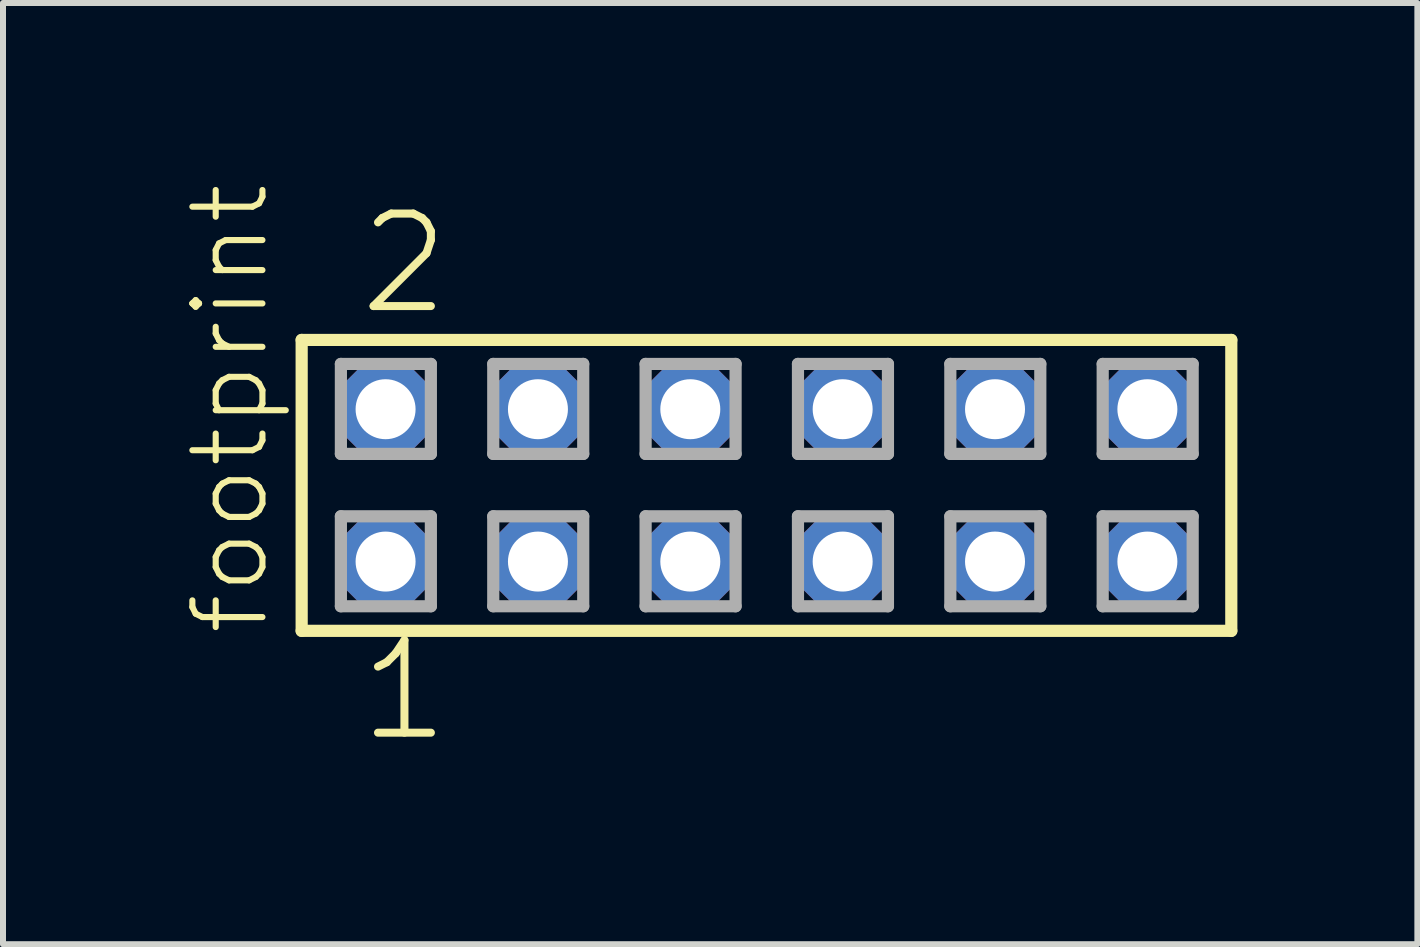
<source format=kicad_pcb>
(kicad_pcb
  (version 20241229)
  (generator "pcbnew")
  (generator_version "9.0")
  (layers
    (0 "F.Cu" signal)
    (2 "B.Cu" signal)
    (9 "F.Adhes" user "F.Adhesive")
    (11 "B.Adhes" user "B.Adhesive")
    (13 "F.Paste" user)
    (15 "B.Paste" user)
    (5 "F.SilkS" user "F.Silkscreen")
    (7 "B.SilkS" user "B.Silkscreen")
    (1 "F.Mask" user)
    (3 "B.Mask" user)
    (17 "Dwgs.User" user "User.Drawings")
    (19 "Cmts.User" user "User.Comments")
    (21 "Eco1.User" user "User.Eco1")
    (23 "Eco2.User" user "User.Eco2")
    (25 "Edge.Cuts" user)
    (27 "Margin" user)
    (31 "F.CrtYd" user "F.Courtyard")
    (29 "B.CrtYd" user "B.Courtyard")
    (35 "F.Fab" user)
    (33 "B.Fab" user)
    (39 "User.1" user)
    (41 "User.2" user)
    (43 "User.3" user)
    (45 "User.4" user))
  (footprint "footprint"
    (layer "F.Cu")
    (at 9.728 5.042)
    (property "Reference" "footprint" (at -8.255 2.54 90) (layer "F.SilkS") (effects (font (size 1.168 1.168) (thickness 0.102)) (justify left bottom)))
    (fp_line (start -7.749 -2.425) (end 7.749 -2.425) (stroke (width 0.203) (type solid)) (layer "F.SilkS"))
    (fp_line (start -7.749 2.425) (end -7.749 -2.425) (stroke (width 0.203) (type solid)) (layer "F.SilkS"))
    (fp_line (start 7.749 -2.425) (end 7.749 2.425) (stroke (width 0.203) (type solid)) (layer "F.SilkS"))
    (fp_line (start 7.749 2.425) (end -7.749 2.425) (stroke (width 0.203) (type solid)) (layer "F.SilkS"))
    (fp_line (start -7.095 -2.025) (end -5.595 -2.025) (stroke (width 0.203) (type solid)) (layer "F.Fab"))
    (fp_line (start -7.095 -0.525) (end -7.095 -2.025) (stroke (width 0.203) (type solid)) (layer "F.Fab"))
    (fp_line (start -7.095 0.515) (end -5.595 0.515) (stroke (width 0.203) (type solid)) (layer "F.Fab"))
    (fp_line (start -7.095 2.015) (end -7.095 0.515) (stroke (width 0.203) (type solid)) (layer "F.Fab"))
    (fp_line (start -5.595 -2.025) (end -5.595 -0.525) (stroke (width 0.203) (type solid)) (layer "F.Fab"))
    (fp_line (start -5.595 -0.525) (end -7.095 -0.525) (stroke (width 0.203) (type solid)) (layer "F.Fab"))
    (fp_line (start -5.595 0.515) (end -5.595 2.015) (stroke (width 0.203) (type solid)) (layer "F.Fab"))
    (fp_line (start -5.595 2.015) (end -7.095 2.015) (stroke (width 0.203) (type solid)) (layer "F.Fab"))
    (fp_line (start -4.555 -2.025) (end -3.055 -2.025) (stroke (width 0.203) (type solid)) (layer "F.Fab"))
    (fp_line (start -4.555 -0.525) (end -4.555 -2.025) (stroke (width 0.203) (type solid)) (layer "F.Fab"))
    (fp_line (start -4.555 0.515) (end -3.055 0.515) (stroke (width 0.203) (type solid)) (layer "F.Fab"))
    (fp_line (start -4.555 2.015) (end -4.555 0.515) (stroke (width 0.203) (type solid)) (layer "F.Fab"))
    (fp_line (start -3.055 -2.025) (end -3.055 -0.525) (stroke (width 0.203) (type solid)) (layer "F.Fab"))
    (fp_line (start -3.055 -0.525) (end -4.555 -0.525) (stroke (width 0.203) (type solid)) (layer "F.Fab"))
    (fp_line (start -3.055 0.515) (end -3.055 2.015) (stroke (width 0.203) (type solid)) (layer "F.Fab"))
    (fp_line (start -3.055 2.015) (end -4.555 2.015) (stroke (width 0.203) (type solid)) (layer "F.Fab"))
    (fp_line (start -2.015 -2.025) (end -0.515 -2.025) (stroke (width 0.203) (type solid)) (layer "F.Fab"))
    (fp_line (start -2.015 -0.525) (end -2.015 -2.025) (stroke (width 0.203) (type solid)) (layer "F.Fab"))
    (fp_line (start -2.015 0.515) (end -0.515 0.515) (stroke (width 0.203) (type solid)) (layer "F.Fab"))
    (fp_line (start -2.015 2.015) (end -2.015 0.515) (stroke (width 0.203) (type solid)) (layer "F.Fab"))
    (fp_line (start -0.515 -2.025) (end -0.515 -0.525) (stroke (width 0.203) (type solid)) (layer "F.Fab"))
    (fp_line (start -0.515 -0.525) (end -2.015 -0.525) (stroke (width 0.203) (type solid)) (layer "F.Fab"))
    (fp_line (start -0.515 0.515) (end -0.515 2.015) (stroke (width 0.203) (type solid)) (layer "F.Fab"))
    (fp_line (start -0.515 2.015) (end -2.015 2.015) (stroke (width 0.203) (type solid)) (layer "F.Fab"))
    (fp_line (start 0.525 -2.025) (end 2.025 -2.025) (stroke (width 0.203) (type solid)) (layer "F.Fab"))
    (fp_line (start 0.525 -0.525) (end 0.525 -2.025) (stroke (width 0.203) (type solid)) (layer "F.Fab"))
    (fp_line (start 0.525 0.515) (end 2.025 0.515) (stroke (width 0.203) (type solid)) (layer "F.Fab"))
    (fp_line (start 0.525 2.015) (end 0.525 0.515) (stroke (width 0.203) (type solid)) (layer "F.Fab"))
    (fp_line (start 2.025 -2.025) (end 2.025 -0.525) (stroke (width 0.203) (type solid)) (layer "F.Fab"))
    (fp_line (start 2.025 -0.525) (end 0.525 -0.525) (stroke (width 0.203) (type solid)) (layer "F.Fab"))
    (fp_line (start 2.025 0.515) (end 2.025 2.015) (stroke (width 0.203) (type solid)) (layer "F.Fab"))
    (fp_line (start 2.025 2.015) (end 0.525 2.015) (stroke (width 0.203) (type solid)) (layer "F.Fab"))
    (fp_line (start 3.065 -2.025) (end 4.565 -2.025) (stroke (width 0.203) (type solid)) (layer "F.Fab"))
    (fp_line (start 3.065 -0.525) (end 3.065 -2.025) (stroke (width 0.203) (type solid)) (layer "F.Fab"))
    (fp_line (start 3.065 0.515) (end 4.565 0.515) (stroke (width 0.203) (type solid)) (layer "F.Fab"))
    (fp_line (start 3.065 2.015) (end 3.065 0.515) (stroke (width 0.203) (type solid)) (layer "F.Fab"))
    (fp_line (start 4.565 -2.025) (end 4.565 -0.525) (stroke (width 0.203) (type solid)) (layer "F.Fab"))
    (fp_line (start 4.565 -0.525) (end 3.065 -0.525) (stroke (width 0.203) (type solid)) (layer "F.Fab"))
    (fp_line (start 4.565 0.515) (end 4.565 2.015) (stroke (width 0.203) (type solid)) (layer "F.Fab"))
    (fp_line (start 4.565 2.015) (end 3.065 2.015) (stroke (width 0.203) (type solid)) (layer "F.Fab"))
    (fp_line (start 5.605 -2.025) (end 7.105 -2.025) (stroke (width 0.203) (type solid)) (layer "F.Fab"))
    (fp_line (start 5.605 -0.525) (end 5.605 -2.025) (stroke (width 0.203) (type solid)) (layer "F.Fab"))
    (fp_line (start 5.605 0.515) (end 7.105 0.515) (stroke (width 0.203) (type solid)) (layer "F.Fab"))
    (fp_line (start 5.605 2.015) (end 5.605 0.515) (stroke (width 0.203) (type solid)) (layer "F.Fab"))
    (fp_line (start 7.105 -2.025) (end 7.105 -0.525) (stroke (width 0.203) (type solid)) (layer "F.Fab"))
    (fp_line (start 7.105 -0.525) (end 5.605 -0.525) (stroke (width 0.203) (type solid)) (layer "F.Fab"))
    (fp_line (start 7.105 0.515) (end 7.105 2.015) (stroke (width 0.203) (type solid)) (layer "F.Fab"))
    (fp_line (start 7.105 2.015) (end 5.605 2.015) (stroke (width 0.203) (type solid)) (layer "F.Fab"))
    (fp_text user "1" (at -6.858 4.318 0) (layer "F.SilkS") (effects (font (size 1.542 1.542) (thickness 0.134)) (justify left bottom)))
    (fp_text user "2" (at -6.858 -2.794 0) (layer "F.SilkS") (effects (font (size 1.542 1.542) (thickness 0.134)) (justify left bottom)))
    (pad "1" thru_hole roundrect (at -6.35 1.27) (size 1.5 1.5) (drill 1) (layers "*.Cu" "*.Mask") (roundrect_rratio 0.25) (chamfer_ratio 0.25) (chamfer top_left top_right bottom_left bottom_right))
    (pad "2" thru_hole roundrect (at -6.35 -1.27) (size 1.5 1.5) (drill 1) (layers "*.Cu" "*.Mask") (roundrect_rratio 0.25) (chamfer_ratio 0.25) (chamfer top_left top_right bottom_left bottom_right))
    (pad "3" thru_hole roundrect (at -3.81 1.27) (size 1.5 1.5) (drill 1) (layers "*.Cu" "*.Mask") (roundrect_rratio 0.25) (chamfer_ratio 0.25) (chamfer top_left top_right bottom_left bottom_right))
    (pad "4" thru_hole roundrect (at -3.81 -1.27) (size 1.5 1.5) (drill 1) (layers "*.Cu" "*.Mask") (roundrect_rratio 0.25) (chamfer_ratio 0.25) (chamfer top_left top_right bottom_left bottom_right))
    (pad "5" thru_hole roundrect (at -1.27 1.27) (size 1.5 1.5) (drill 1) (layers "*.Cu" "*.Mask") (roundrect_rratio 0.25) (chamfer_ratio 0.25) (chamfer top_left top_right bottom_left bottom_right))
    (pad "6" thru_hole roundrect (at -1.27 -1.27) (size 1.5 1.5) (drill 1) (layers "*.Cu" "*.Mask") (roundrect_rratio 0.25) (chamfer_ratio 0.25) (chamfer top_left top_right bottom_left bottom_right))
    (pad "7" thru_hole roundrect (at 1.27 1.27) (size 1.5 1.5) (drill 1) (layers "*.Cu" "*.Mask") (roundrect_rratio 0.25) (chamfer_ratio 0.25) (chamfer top_left top_right bottom_left bottom_right))
    (pad "8" thru_hole roundrect (at 1.27 -1.27) (size 1.5 1.5) (drill 1) (layers "*.Cu" "*.Mask") (roundrect_rratio 0.25) (chamfer_ratio 0.25) (chamfer top_left top_right bottom_left bottom_right))
    (pad "9" thru_hole roundrect (at 3.81 1.27) (size 1.5 1.5) (drill 1) (layers "*.Cu" "*.Mask") (roundrect_rratio 0.25) (chamfer_ratio 0.25) (chamfer top_left top_right bottom_left bottom_right))
    (pad "10" thru_hole roundrect (at 3.81 -1.27) (size 1.5 1.5) (drill 1) (layers "*.Cu" "*.Mask") (roundrect_rratio 0.25) (chamfer_ratio 0.25) (chamfer top_left top_right bottom_left bottom_right))
    (pad "11" thru_hole roundrect (at 6.35 1.27) (size 1.5 1.5) (drill 1) (layers "*.Cu" "*.Mask") (roundrect_rratio 0.25) (chamfer_ratio 0.25) (chamfer top_left top_right bottom_left bottom_right))
    (pad "12" thru_hole roundrect (at 6.35 -1.27) (size 1.5 1.5) (drill 1) (layers "*.Cu" "*.Mask") (roundrect_rratio 0.25) (chamfer_ratio 0.25) (chamfer top_left top_right bottom_left bottom_right)))
  (gr_rect
    (start -3 -3)
    (end 20.579 12.691)
    (stroke (width 0.1) (type default))
    (fill no)
    (layer "Edge.Cuts")))
</source>
